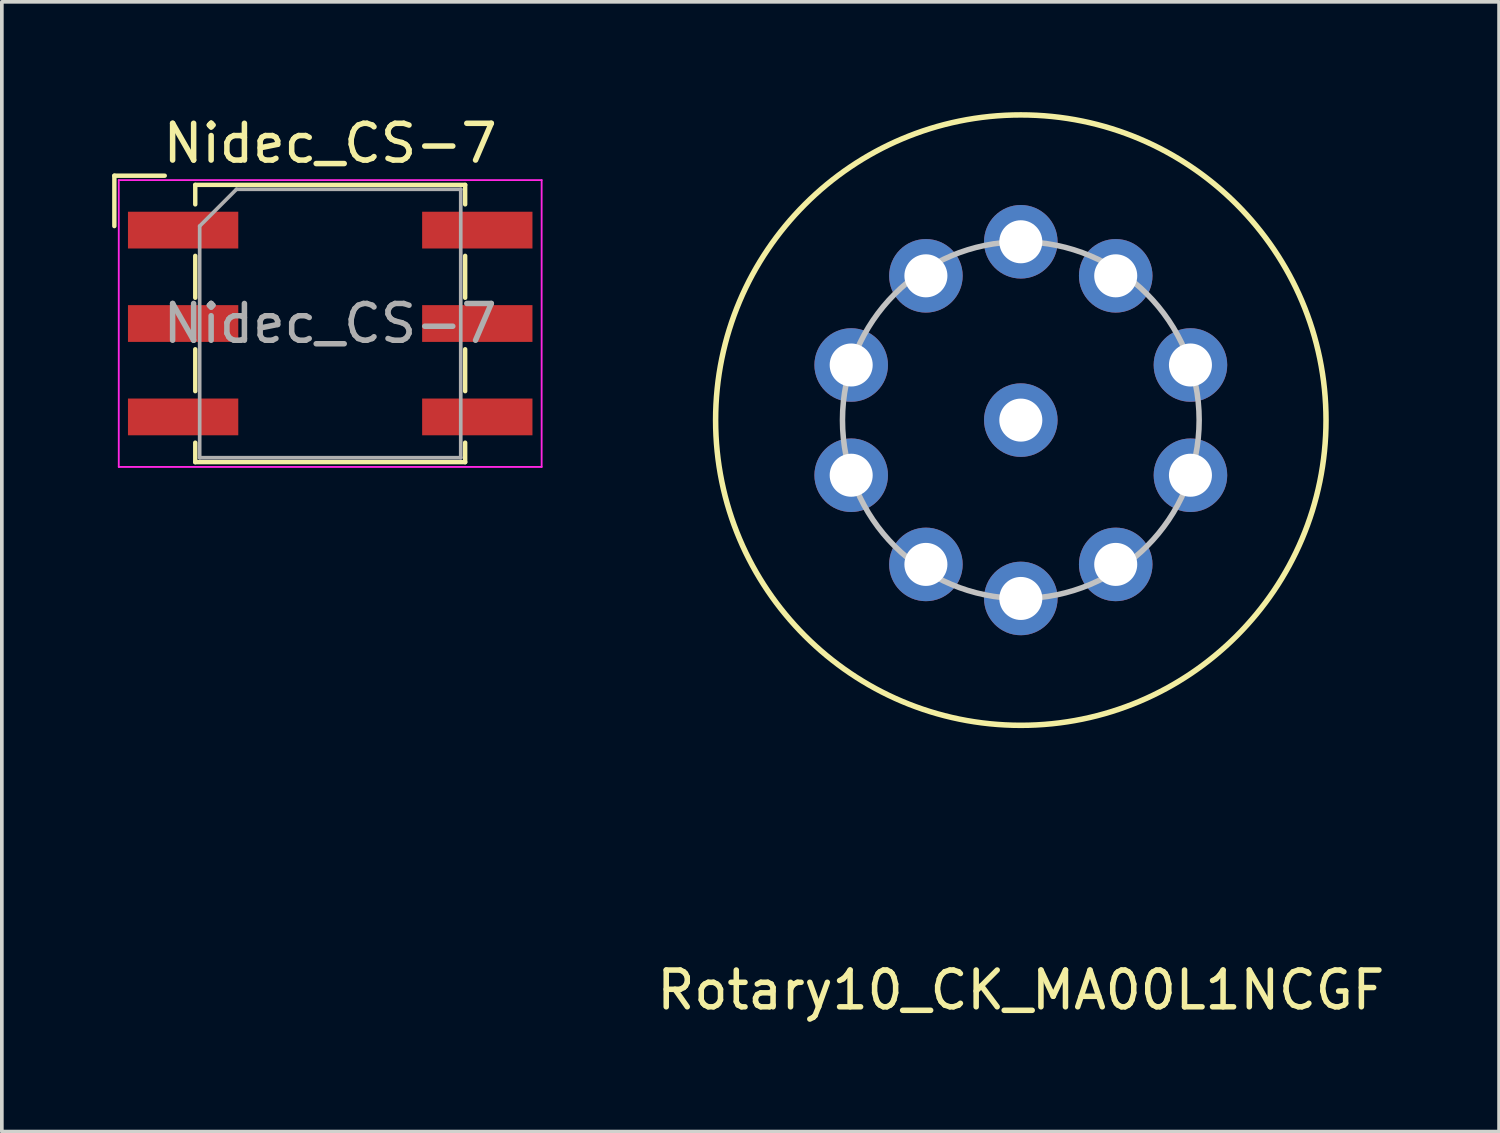
<source format=kicad_pcb>
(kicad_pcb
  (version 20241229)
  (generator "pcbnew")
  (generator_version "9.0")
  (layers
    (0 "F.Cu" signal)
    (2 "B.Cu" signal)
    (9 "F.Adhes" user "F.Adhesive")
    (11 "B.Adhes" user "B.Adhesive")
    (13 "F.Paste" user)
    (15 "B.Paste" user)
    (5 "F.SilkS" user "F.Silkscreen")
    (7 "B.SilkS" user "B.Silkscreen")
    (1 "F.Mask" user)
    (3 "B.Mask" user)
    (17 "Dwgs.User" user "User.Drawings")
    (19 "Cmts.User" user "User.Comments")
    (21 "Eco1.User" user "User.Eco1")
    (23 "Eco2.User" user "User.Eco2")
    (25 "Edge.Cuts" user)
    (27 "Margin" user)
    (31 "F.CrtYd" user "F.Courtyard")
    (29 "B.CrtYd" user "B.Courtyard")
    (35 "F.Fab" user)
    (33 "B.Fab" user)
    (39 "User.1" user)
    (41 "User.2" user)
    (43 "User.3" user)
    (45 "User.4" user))
  (footprint "Nidec_CS-7"
    (layer "F.Cu")
    (at 5.93 5.748)
    (property "Reference" "Nidec_CS-7" (at 0 -4.9 0) (layer "F.SilkS") (effects (font (size 1 1) (thickness 0.15))))
    (attr smd)
    (fp_line (start -5.87 -4.02) (end -4.5 -4.02) (stroke (width 0.12) (type solid)) (layer "F.SilkS"))
    (fp_line (start -5.87 -2.65) (end -5.87 -4.02) (stroke (width 0.12) (type solid)) (layer "F.SilkS"))
    (fp_line (start -3.67 -3.77) (end 3.67 -3.77) (stroke (width 0.12) (type solid)) (layer "F.SilkS"))
    (fp_line (start -3.67 -3.24) (end -3.67 -3.77) (stroke (width 0.12) (type solid)) (layer "F.SilkS"))
    (fp_line (start -3.67 -1.84) (end -3.67 -0.7) (stroke (width 0.12) (type solid)) (layer "F.SilkS"))
    (fp_line (start -3.67 0.7) (end -3.67 1.84) (stroke (width 0.12) (type solid)) (layer "F.SilkS"))
    (fp_line (start -3.67 3.24) (end -3.67 3.77) (stroke (width 0.12) (type solid)) (layer "F.SilkS"))
    (fp_line (start -3.67 3.77) (end 3.67 3.77) (stroke (width 0.12) (type solid)) (layer "F.SilkS"))
    (fp_line (start 3.67 -3.77) (end 3.67 -3.24) (stroke (width 0.12) (type solid)) (layer "F.SilkS"))
    (fp_line (start 3.67 -1.84) (end 3.67 -0.7) (stroke (width 0.12) (type solid)) (layer "F.SilkS"))
    (fp_line (start 3.67 0.7) (end 3.67 1.84) (stroke (width 0.12) (type solid)) (layer "F.SilkS"))
    (fp_line (start 3.67 3.77) (end 3.67 3.24) (stroke (width 0.12) (type solid)) (layer "F.SilkS"))
    (fp_line (start -5.75 -3.9) (end -5.75 3.9) (stroke (width 0.05) (type solid)) (layer "F.CrtYd"))
    (fp_line (start -5.75 3.9) (end 5.75 3.9) (stroke (width 0.05) (type solid)) (layer "F.CrtYd"))
    (fp_line (start 5.75 -3.9) (end -5.75 -3.9) (stroke (width 0.05) (type solid)) (layer "F.CrtYd"))
    (fp_line (start 5.75 3.9) (end 5.75 -3.9) (stroke (width 0.05) (type solid)) (layer "F.CrtYd"))
    (fp_line (start -3.55 -2.65) (end -2.55 -3.65) (stroke (width 0.1) (type solid)) (layer "F.Fab"))
    (fp_line (start -3.55 3.65) (end -3.55 -2.65) (stroke (width 0.1) (type solid)) (layer "F.Fab"))
    (fp_line (start -2.55 -3.65) (end 3.55 -3.65) (stroke (width 0.1) (type solid)) (layer "F.Fab"))
    (fp_line (start 3.55 -3.65) (end 3.55 3.65) (stroke (width 0.1) (type solid)) (layer "F.Fab"))
    (fp_line (start 3.55 3.65) (end -3.55 3.65) (stroke (width 0.1) (type solid)) (layer "F.Fab"))
    (fp_text user "${REFERENCE}" (at 0 0 0) (layer "F.Fab") (effects (font (size 1 1) (thickness 0.15))))
    (pad "1" smd rect (at -4 -2.54) (size 3 1) (layers "F.Cu" "F.Mask" "F.Paste"))
    (pad "2" smd rect (at -4 0) (size 3 1) (layers "F.Cu" "F.Mask" "F.Paste"))
    (pad "3" smd rect (at -4 2.54) (size 3 1) (layers "F.Cu" "F.Mask" "F.Paste"))
    (pad "4" smd rect (at 4 -2.54) (size 3 1) (layers "F.Cu" "F.Mask" "F.Paste"))
    (pad "6" smd rect (at 4 2.54) (size 3 1) (layers "F.Cu" "F.Mask" "F.Paste"))
    (pad "C" smd rect (at 4 0) (size 3 1) (layers "F.Cu" "F.Mask" "F.Paste")))
  (footprint "Rotary10_CK_MA00L1NCGF"
    (layer "F.Cu")
    (at 24.711 8.375)
    (property "Reference" "Rotary10_CK_MA00L1NCGF" (at 0 15.5 0) (layer "F.SilkS") (effects (font (size 1 1) (thickness 0.15))))
    (attr through_hole)
    (fp_circle (center 0 0) (end 8.3 0) (stroke (width 0.15) (type solid)) (fill no) (layer "F.SilkS"))
    (fp_circle (center 0 0) (end 4.85 0) (stroke (width 0.15) (type solid)) (fill no) (layer "Dwgs.User"))
    (pad "1" thru_hole circle (at -4.613 -1.499) (size 2 2) (drill 1.17) (layers "*.Cu" "*.Mask"))
    (pad "2" thru_hole circle (at -2.581 -3.924) (size 2 2) (drill 1.17) (layers "*.Cu" "*.Mask"))
    (pad "3" thru_hole circle (at 0 -4.85) (size 2 2) (drill 1.17) (layers "*.Cu" "*.Mask"))
    (pad "4" thru_hole circle (at 2.581 -3.924) (size 2 2) (drill 1.17) (layers "*.Cu" "*.Mask"))
    (pad "5" thru_hole circle (at 4.613 -1.499) (size 2 2) (drill 1.17) (layers "*.Cu" "*.Mask"))
    (pad "6" thru_hole circle (at 4.613 1.499) (size 2 2) (drill 1.17) (layers "*.Cu" "*.Mask"))
    (pad "7" thru_hole circle (at 2.581 3.924) (size 2 2) (drill 1.17) (layers "*.Cu" "*.Mask"))
    (pad "8" thru_hole circle (at 0 4.85) (size 2 2) (drill 1.17) (layers "*.Cu" "*.Mask"))
    (pad "9" thru_hole circle (at -2.581 3.924) (size 2 2) (drill 1.17) (layers "*.Cu" "*.Mask"))
    (pad "10" thru_hole circle (at -4.613 1.499) (size 2 2) (drill 1.17) (layers "*.Cu" "*.Mask"))
    (pad "13" thru_hole circle (at 0 0) (size 2 2) (drill 1.17) (layers "*.Cu" "*.Mask")))
  (gr_rect
    (start -3 -3)
    (end 37.717 27.723)
    (stroke (width 0.1) (type default))
    (fill no)
    (layer "Edge.Cuts")))
</source>
